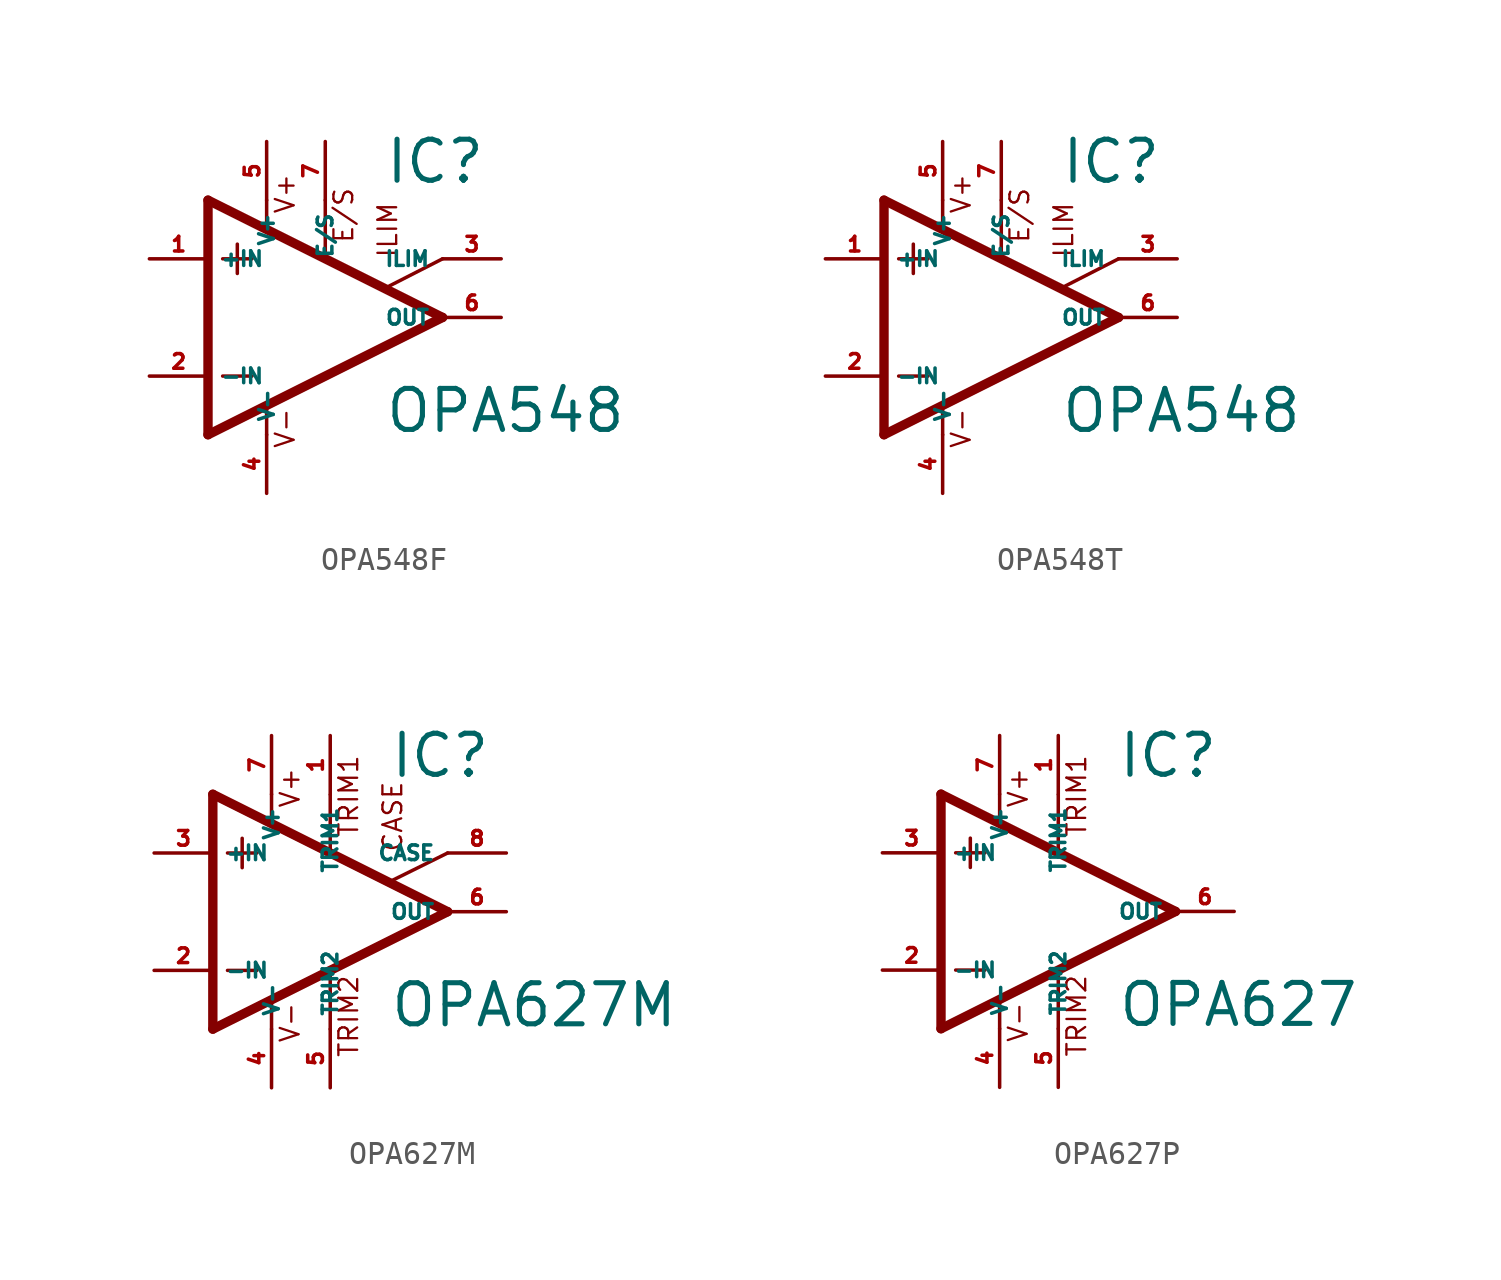
<source format=kicad_sym>
(kicad_symbol_lib
  (version 20220914)
  (generator Eagle2Kicad)
  (symbol "OPA548F"
    (property "Reference" "IC"
      (at 2.54 3.175 0)
      (effects (font (size 1.778 1.778) (thickness 0.22)) (justify left bottom)))
    (property "Value" "OPA548"
      (at 2.54 -7.62 0)
      (effects (font (size 1.778 1.778) (thickness 0.22)) (justify left bottom)))
    (polyline
      (pts (xy -3.81 0.635) (xy -3.81 -0.635))
      (stroke (width 0.152) (type default))
      (fill (type none)))
    (polyline
      (pts (xy -4.445 0) (xy -3.175 0))
      (stroke (width 0.152) (type default))
      (fill (type none)))
    (polyline
      (pts (xy -4.445 -5.08) (xy -3.175 -5.08))
      (stroke (width 0.152) (type default))
      (fill (type none)))
    (polyline
      (pts (xy -5.08 2.54) (xy -5.08 -7.62))
      (stroke (width 0.406) (type default))
      (fill (type none)))
    (polyline
      (pts (xy -2.54 2.54) (xy -2.54 1.346))
      (stroke (width 0.152) (type default))
      (fill (type none)))
    (polyline
      (pts (xy 0 2.54) (xy 0 0.076))
      (stroke (width 0.152) (type default))
      (fill (type none)))
    (polyline
      (pts (xy 2.692 -1.219) (xy 5.08 0))
      (stroke (width 0.152) (type default))
      (fill (type none)))
    (polyline
      (pts (xy -5.08 2.54) (xy 5.08 -2.54))
      (stroke (width 0.406) (type default))
      (fill (type none)))
    (polyline
      (pts (xy -2.54 -6.426) (xy -2.54 -7.62))
      (stroke (width 0.152) (type default))
      (fill (type none)))
    (polyline
      (pts (xy -5.08 -7.62) (xy 5.08 -2.54))
      (stroke (width 0.406) (type default))
      (fill (type none)))
    (text "V+"
      (at -1.27 1.905 900)
      (effects (font (size 0.813 0.813) (thickness 0.10)) (justify left bottom)))
    (text "V-"
      (at -1.27 -8.255 900)
      (effects (font (size 0.813 0.813) (thickness 0.10)) (justify left bottom)))
    (text "E/S"
      (at 1.27 0.635 900)
      (effects (font (size 0.813 0.813) (thickness 0.10)) (justify left bottom)))
    (text "ILIM"
      (at 3.175 0 900)
      (effects (font (size 0.813 0.813) (thickness 0.10)) (justify left bottom)))
    (pin input line
      (at 7.62 0 180)
      (length 2.54)
      (name "ILIM" (effects (font (size 0.635 0.635) (thickness 0.08)) (justify left bottom)))
      (number "3" (effects (font (size 0.635 0.635) (thickness 0.08)) (justify left bottom))))
    (pin input line
      (at -7.62 -5.08 0)
      (length 2.54)
      (name "-IN" (effects (font (size 0.635 0.635) (thickness 0.08)) (justify left bottom)))
      (number "2" (effects (font (size 0.635 0.635) (thickness 0.08)) (justify left bottom))))
    (pin input line
      (at -7.62 0 0)
      (length 2.54)
      (name "+IN" (effects (font (size 0.635 0.635) (thickness 0.08)) (justify left bottom)))
      (number "1" (effects (font (size 0.635 0.635) (thickness 0.08)) (justify left bottom))))
    (pin bidirectional line
      (at 0 5.08 270)
      (length 2.54)
      (name "E/S" (effects (font (size 0.635 0.635) (thickness 0.08)) (justify left bottom)))
      (number "7" (effects (font (size 0.635 0.635) (thickness 0.08)) (justify left bottom))))
    (pin output line
      (at 7.62 -2.54 180)
      (length 2.54)
      (name "OUT" (effects (font (size 0.635 0.635) (thickness 0.08)) (justify left bottom)))
      (number "6" (effects (font (size 0.635 0.635) (thickness 0.08)) (justify left bottom))))
    (pin unspecified line
      (at -2.54 5.08 270)
      (length 2.54)
      (name "V+" (effects (font (size 0.635 0.635) (thickness 0.08)) (justify left bottom)))
      (number "5" (effects (font (size 0.635 0.635) (thickness 0.08)) (justify left bottom))))
    (pin unspecified line
      (at -2.54 -10.16 90)
      (length 2.54)
      (name "V-" (effects (font (size 0.635 0.635) (thickness 0.08)) (justify left bottom)))
      (number "4" (effects (font (size 0.635 0.635) (thickness 0.08)) (justify left bottom)))))
  (symbol "OPA548T"
    (property "Reference" "IC"
      (at 2.54 3.175 0)
      (effects (font (size 1.778 1.778) (thickness 0.22)) (justify left bottom)))
    (property "Value" "OPA548"
      (at 2.54 -7.62 0)
      (effects (font (size 1.778 1.778) (thickness 0.22)) (justify left bottom)))
    (polyline
      (pts (xy -3.81 0.635) (xy -3.81 -0.635))
      (stroke (width 0.152) (type default))
      (fill (type none)))
    (polyline
      (pts (xy -4.445 0) (xy -3.175 0))
      (stroke (width 0.152) (type default))
      (fill (type none)))
    (polyline
      (pts (xy -4.445 -5.08) (xy -3.175 -5.08))
      (stroke (width 0.152) (type default))
      (fill (type none)))
    (polyline
      (pts (xy -5.08 2.54) (xy -5.08 -7.62))
      (stroke (width 0.406) (type default))
      (fill (type none)))
    (polyline
      (pts (xy -2.54 2.54) (xy -2.54 1.346))
      (stroke (width 0.152) (type default))
      (fill (type none)))
    (polyline
      (pts (xy 0 2.54) (xy 0 0.076))
      (stroke (width 0.152) (type default))
      (fill (type none)))
    (polyline
      (pts (xy 2.692 -1.219) (xy 5.08 0))
      (stroke (width 0.152) (type default))
      (fill (type none)))
    (polyline
      (pts (xy -5.08 2.54) (xy 5.08 -2.54))
      (stroke (width 0.406) (type default))
      (fill (type none)))
    (polyline
      (pts (xy -2.54 -6.426) (xy -2.54 -7.62))
      (stroke (width 0.152) (type default))
      (fill (type none)))
    (polyline
      (pts (xy -5.08 -7.62) (xy 5.08 -2.54))
      (stroke (width 0.406) (type default))
      (fill (type none)))
    (text "V+"
      (at -1.27 1.905 900)
      (effects (font (size 0.813 0.813) (thickness 0.10)) (justify left bottom)))
    (text "V-"
      (at -1.27 -8.255 900)
      (effects (font (size 0.813 0.813) (thickness 0.10)) (justify left bottom)))
    (text "E/S"
      (at 1.27 0.635 900)
      (effects (font (size 0.813 0.813) (thickness 0.10)) (justify left bottom)))
    (text "ILIM"
      (at 3.175 0 900)
      (effects (font (size 0.813 0.813) (thickness 0.10)) (justify left bottom)))
    (pin input line
      (at 7.62 0 180)
      (length 2.54)
      (name "ILIM" (effects (font (size 0.635 0.635) (thickness 0.08)) (justify left bottom)))
      (number "3" (effects (font (size 0.635 0.635) (thickness 0.08)) (justify left bottom))))
    (pin input line
      (at -7.62 -5.08 0)
      (length 2.54)
      (name "-IN" (effects (font (size 0.635 0.635) (thickness 0.08)) (justify left bottom)))
      (number "2" (effects (font (size 0.635 0.635) (thickness 0.08)) (justify left bottom))))
    (pin input line
      (at -7.62 0 0)
      (length 2.54)
      (name "+IN" (effects (font (size 0.635 0.635) (thickness 0.08)) (justify left bottom)))
      (number "1" (effects (font (size 0.635 0.635) (thickness 0.08)) (justify left bottom))))
    (pin bidirectional line
      (at 0 5.08 270)
      (length 2.54)
      (name "E/S" (effects (font (size 0.635 0.635) (thickness 0.08)) (justify left bottom)))
      (number "7" (effects (font (size 0.635 0.635) (thickness 0.08)) (justify left bottom))))
    (pin output line
      (at 7.62 -2.54 180)
      (length 2.54)
      (name "OUT" (effects (font (size 0.635 0.635) (thickness 0.08)) (justify left bottom)))
      (number "6" (effects (font (size 0.635 0.635) (thickness 0.08)) (justify left bottom))))
    (pin unspecified line
      (at -2.54 5.08 270)
      (length 2.54)
      (name "V+" (effects (font (size 0.635 0.635) (thickness 0.08)) (justify left bottom)))
      (number "5" (effects (font (size 0.635 0.635) (thickness 0.08)) (justify left bottom))))
    (pin unspecified line
      (at -2.54 -10.16 90)
      (length 2.54)
      (name "V-" (effects (font (size 0.635 0.635) (thickness 0.08)) (justify left bottom)))
      (number "4" (effects (font (size 0.635 0.635) (thickness 0.08)) (justify left bottom)))))
  (symbol "OPA627M"
    (property "Reference" "IC"
      (at 2.54 5.715 0)
      (effects (font (size 1.778 1.778) (thickness 0.22)) (justify left bottom)))
    (property "Value" "OPA627M"
      (at 2.54 -5.08 0)
      (effects (font (size 1.778 1.778) (thickness 0.22)) (justify left bottom)))
    (polyline
      (pts (xy -3.81 3.175) (xy -3.81 1.905))
      (stroke (width 0.152) (type default))
      (fill (type none)))
    (polyline
      (pts (xy -4.445 2.54) (xy -3.175 2.54))
      (stroke (width 0.152) (type default))
      (fill (type none)))
    (polyline
      (pts (xy -4.445 -2.54) (xy -3.175 -2.54))
      (stroke (width 0.152) (type default))
      (fill (type none)))
    (polyline
      (pts (xy -2.54 5.08) (xy -2.54 3.886))
      (stroke (width 0.152) (type default))
      (fill (type none)))
    (polyline
      (pts (xy 0 5.055) (xy 0 2.616))
      (stroke (width 0.152) (type default))
      (fill (type none)))
    (polyline
      (pts (xy 0 -2.616) (xy 0 -5.08))
      (stroke (width 0.152) (type default))
      (fill (type none)))
    (polyline
      (pts (xy -2.54 -3.912) (xy -2.54 -5.08))
      (stroke (width 0.152) (type default))
      (fill (type none)))
    (polyline
      (pts (xy 5.08 2.54) (xy 2.616 1.321))
      (stroke (width 0.152) (type default))
      (fill (type none)))
    (polyline
      (pts (xy 5.08 0) (xy -5.08 5.08))
      (stroke (width 0.406) (type default))
      (fill (type none)))
    (polyline
      (pts (xy -5.08 5.08) (xy -5.08 -5.08))
      (stroke (width 0.406) (type default))
      (fill (type none)))
    (polyline
      (pts (xy -5.08 -5.08) (xy 5.08 0))
      (stroke (width 0.406) (type default))
      (fill (type none)))
    (text "V+"
      (at -1.27 4.445 900)
      (effects (font (size 0.813 0.813) (thickness 0.10)) (justify left bottom)))
    (text "V-"
      (at -1.27 -5.715 900)
      (effects (font (size 0.813 0.813) (thickness 0.10)) (justify left bottom)))
    (text "TRIM2"
      (at 1.27 -6.35 900)
      (effects (font (size 0.813 0.813) (thickness 0.10)) (justify left bottom)))
    (text "CASE"
      (at 3.175 2.54 900)
      (effects (font (size 0.813 0.813) (thickness 0.10)) (justify left bottom)))
    (text "TRIM1"
      (at 1.27 3.175 900)
      (effects (font (size 0.813 0.813) (thickness 0.10)) (justify left bottom)))
    (pin passive line
      (at 7.62 2.54 180)
      (length 2.54)
      (name "CASE" (effects (font (size 0.635 0.635) (thickness 0.08)) (justify left bottom)))
      (number "8" (effects (font (size 0.635 0.635) (thickness 0.08)) (justify left bottom))))
    (pin passive line
      (at 0 7.62 270)
      (length 2.54)
      (name "TRIM1" (effects (font (size 0.635 0.635) (thickness 0.08)) (justify left bottom)))
      (number "1" (effects (font (size 0.635 0.635) (thickness 0.08)) (justify left bottom))))
    (pin input line
      (at -7.62 -2.54 0)
      (length 2.54)
      (name "-IN" (effects (font (size 0.635 0.635) (thickness 0.08)) (justify left bottom)))
      (number "2" (effects (font (size 0.635 0.635) (thickness 0.08)) (justify left bottom))))
    (pin input line
      (at -7.62 2.54 0)
      (length 2.54)
      (name "+IN" (effects (font (size 0.635 0.635) (thickness 0.08)) (justify left bottom)))
      (number "3" (effects (font (size 0.635 0.635) (thickness 0.08)) (justify left bottom))))
    (pin output line
      (at 7.62 0 180)
      (length 2.54)
      (name "OUT" (effects (font (size 0.635 0.635) (thickness 0.08)) (justify left bottom)))
      (number "6" (effects (font (size 0.635 0.635) (thickness 0.08)) (justify left bottom))))
    (pin passive line
      (at 0 -7.62 90)
      (length 2.54)
      (name "TRIM2" (effects (font (size 0.635 0.635) (thickness 0.08)) (justify left bottom)))
      (number "5" (effects (font (size 0.635 0.635) (thickness 0.08)) (justify left bottom))))
    (pin unspecified line
      (at -2.54 7.62 270)
      (length 2.54)
      (name "V+" (effects (font (size 0.635 0.635) (thickness 0.08)) (justify left bottom)))
      (number "7" (effects (font (size 0.635 0.635) (thickness 0.08)) (justify left bottom))))
    (pin unspecified line
      (at -2.54 -7.62 90)
      (length 2.54)
      (name "V-" (effects (font (size 0.635 0.635) (thickness 0.08)) (justify left bottom)))
      (number "4" (effects (font (size 0.635 0.635) (thickness 0.08)) (justify left bottom)))))
  (symbol "OPA627P"
    (property "Reference" "IC"
      (at 2.54 5.715 0)
      (effects (font (size 1.778 1.778) (thickness 0.22)) (justify left bottom)))
    (property "Value" "OPA627"
      (at 2.54 -5.08 0)
      (effects (font (size 1.778 1.778) (thickness 0.22)) (justify left bottom)))
    (polyline
      (pts (xy -3.81 3.175) (xy -3.81 1.905))
      (stroke (width 0.152) (type default))
      (fill (type none)))
    (polyline
      (pts (xy -4.445 2.54) (xy -3.175 2.54))
      (stroke (width 0.152) (type default))
      (fill (type none)))
    (polyline
      (pts (xy -4.445 -2.54) (xy -3.175 -2.54))
      (stroke (width 0.152) (type default))
      (fill (type none)))
    (polyline
      (pts (xy -2.54 5.08) (xy -2.54 3.886))
      (stroke (width 0.152) (type default))
      (fill (type none)))
    (polyline
      (pts (xy 0 5.055) (xy 0 2.616))
      (stroke (width 0.152) (type default))
      (fill (type none)))
    (polyline
      (pts (xy 0 -2.616) (xy 0 -5.08))
      (stroke (width 0.152) (type default))
      (fill (type none)))
    (polyline
      (pts (xy -2.54 -3.912) (xy -2.54 -5.08))
      (stroke (width 0.152) (type default))
      (fill (type none)))
    (polyline
      (pts (xy 5.08 0) (xy -5.08 5.08))
      (stroke (width 0.406) (type default))
      (fill (type none)))
    (polyline
      (pts (xy -5.08 5.08) (xy -5.08 -5.08))
      (stroke (width 0.406) (type default))
      (fill (type none)))
    (polyline
      (pts (xy -5.08 -5.08) (xy 5.08 0))
      (stroke (width 0.406) (type default))
      (fill (type none)))
    (text "V+"
      (at -1.27 4.445 900)
      (effects (font (size 0.813 0.813) (thickness 0.10)) (justify left bottom)))
    (text "V-"
      (at -1.27 -5.715 900)
      (effects (font (size 0.813 0.813) (thickness 0.10)) (justify left bottom)))
    (text "TRIM1"
      (at 1.27 3.175 900)
      (effects (font (size 0.813 0.813) (thickness 0.10)) (justify left bottom)))
    (text "TRIM2"
      (at 1.27 -6.35 900)
      (effects (font (size 0.813 0.813) (thickness 0.10)) (justify left bottom)))
    (pin passive line
      (at 0 7.62 270)
      (length 2.54)
      (name "TRIM1" (effects (font (size 0.635 0.635) (thickness 0.08)) (justify left bottom)))
      (number "1" (effects (font (size 0.635 0.635) (thickness 0.08)) (justify left bottom))))
    (pin input line
      (at -7.62 -2.54 0)
      (length 2.54)
      (name "-IN" (effects (font (size 0.635 0.635) (thickness 0.08)) (justify left bottom)))
      (number "2" (effects (font (size 0.635 0.635) (thickness 0.08)) (justify left bottom))))
    (pin input line
      (at -7.62 2.54 0)
      (length 2.54)
      (name "+IN" (effects (font (size 0.635 0.635) (thickness 0.08)) (justify left bottom)))
      (number "3" (effects (font (size 0.635 0.635) (thickness 0.08)) (justify left bottom))))
    (pin output line
      (at 7.62 0 180)
      (length 2.54)
      (name "OUT" (effects (font (size 0.635 0.635) (thickness 0.08)) (justify left bottom)))
      (number "6" (effects (font (size 0.635 0.635) (thickness 0.08)) (justify left bottom))))
    (pin passive line
      (at 0 -7.62 90)
      (length 2.54)
      (name "TRIM2" (effects (font (size 0.635 0.635) (thickness 0.08)) (justify left bottom)))
      (number "5" (effects (font (size 0.635 0.635) (thickness 0.08)) (justify left bottom))))
    (pin unspecified line
      (at -2.54 7.62 270)
      (length 2.54)
      (name "V+" (effects (font (size 0.635 0.635) (thickness 0.08)) (justify left bottom)))
      (number "7" (effects (font (size 0.635 0.635) (thickness 0.08)) (justify left bottom))))
    (pin unspecified line
      (at -2.54 -7.62 90)
      (length 2.54)
      (name "V-" (effects (font (size 0.635 0.635) (thickness 0.08)) (justify left bottom)))
      (number "4" (effects (font (size 0.635 0.635) (thickness 0.08)) (justify left bottom))))))
</source>
